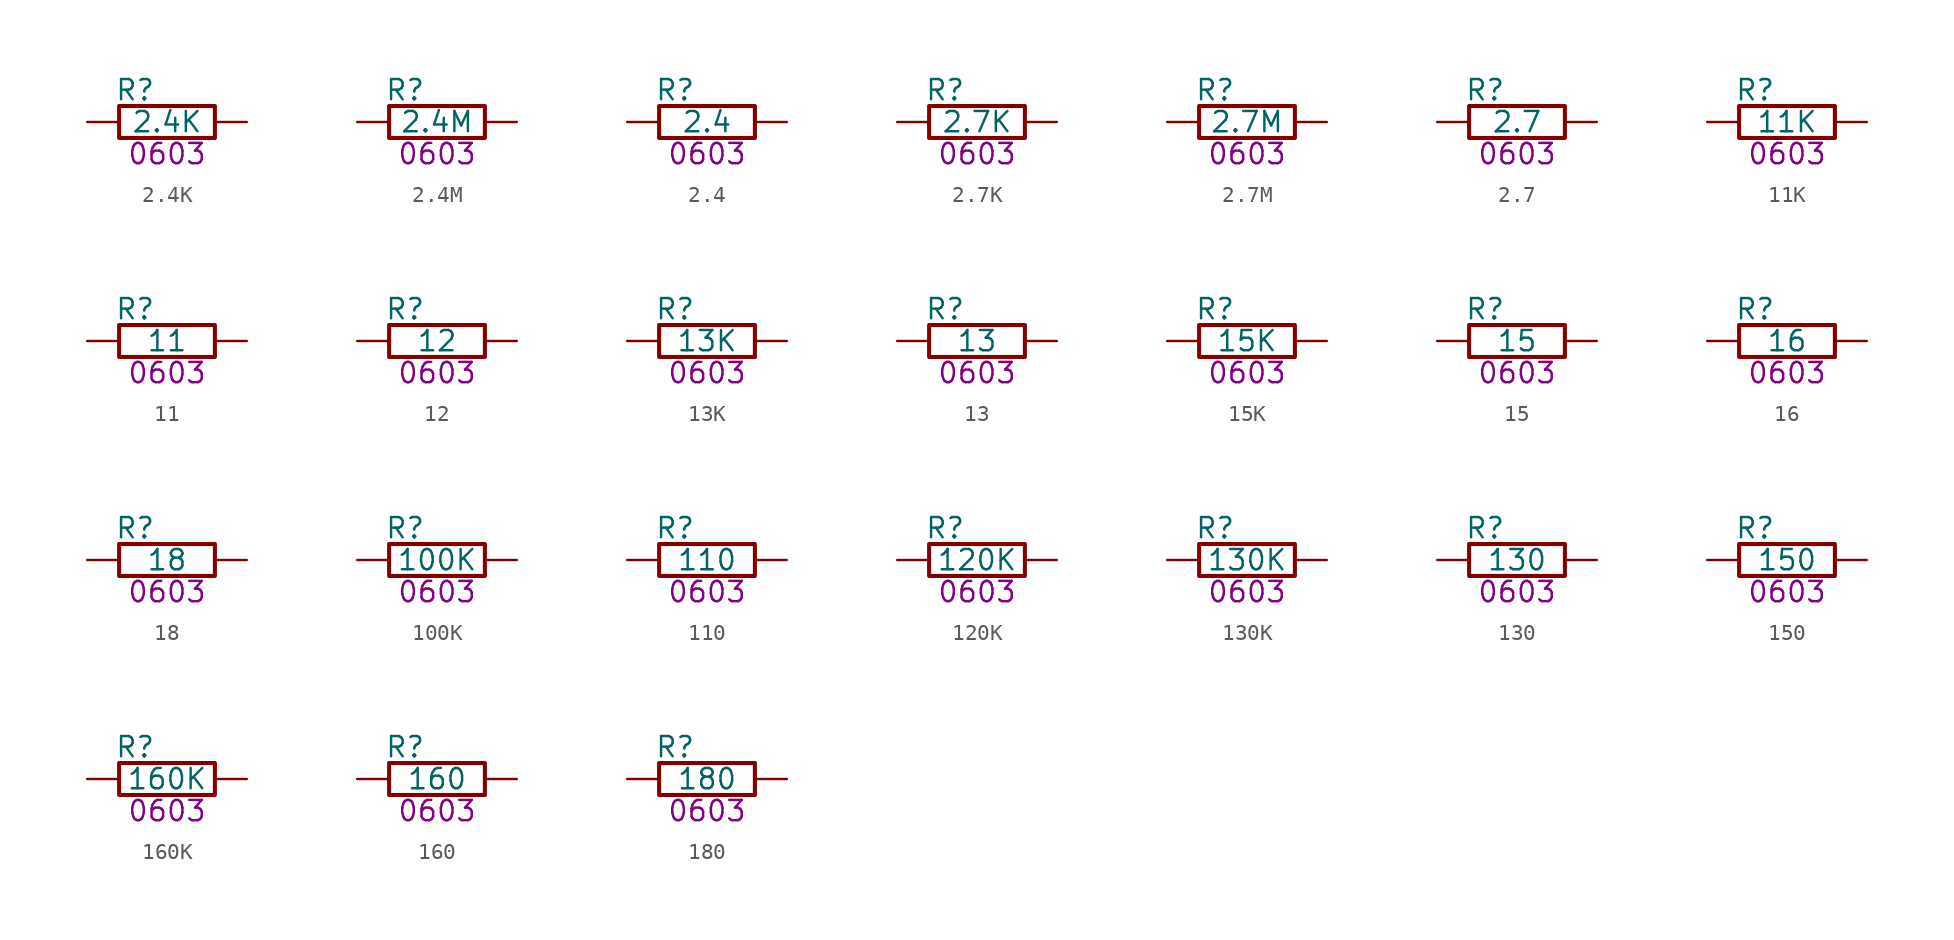
<source format=kicad_sym>
(kicad_symbol_lib
  (version 20211014)
  (generator kicad_symbol_editor)
  (symbol "2.4K"
    (pin_numbers hide)
    (pin_names hide)
    (property "Reference" "R"
      (at -2 1 0)
      (effects (font (size 1.27 1.27))))
    (property "Value" "2.4K"
      (at 0 -1 0)
      (effects (font (size 1.27 1.27))))
    (property "Size" "0603"
      (at 0 -3 0)
      (effects (font (size 1.27 1.27))))
    (symbol "2.4K_0_1"
      (rectangle (start -3 0) (end 3 -2) (stroke (width 0.254) (type default) (color 0 0 0 0)) (fill (type none))))
    (symbol "2.4K_1_1"
      (pin passive line (at -5 -1 0) (length 2) (name "~" (effects (font (size 1.27 1.27)))) (number "1" (effects (font (size 1.27 1.27)))))
      (pin passive line (at 5 -1 180) (length 2) (name "~" (effects (font (size 1.27 1.27)))) (number "2" (effects (font (size 1.27 1.27)))))))
  (symbol "2.4M"
    (pin_numbers hide)
    (pin_names hide)
    (property "Reference" "R"
      (at -2 1 0)
      (effects (font (size 1.27 1.27))))
    (property "Value" "2.4M"
      (at 0 -1 0)
      (effects (font (size 1.27 1.27))))
    (property "Size" "0603"
      (at 0 -3 0)
      (effects (font (size 1.27 1.27))))
    (symbol "2.4M_0_1"
      (rectangle (start -3 0) (end 3 -2) (stroke (width 0.254) (type default) (color 0 0 0 0)) (fill (type none))))
    (symbol "2.4M_1_1"
      (pin passive line (at -5 -1 0) (length 2) (name "~" (effects (font (size 1.27 1.27)))) (number "1" (effects (font (size 1.27 1.27)))))
      (pin passive line (at 5 -1 180) (length 2) (name "~" (effects (font (size 1.27 1.27)))) (number "2" (effects (font (size 1.27 1.27)))))))
  (symbol "2.4"
    (pin_numbers hide)
    (pin_names hide)
    (property "Reference" "R"
      (at -2 1 0)
      (effects (font (size 1.27 1.27))))
    (property "Value" "2.4"
      (at 0 -1 0)
      (effects (font (size 1.27 1.27))))
    (property "Size" "0603"
      (at 0 -3 0)
      (effects (font (size 1.27 1.27))))
    (symbol "2.4_0_1"
      (rectangle (start -3 0) (end 3 -2) (stroke (width 0.254) (type default) (color 0 0 0 0)) (fill (type none))))
    (symbol "2.4_1_1"
      (pin passive line (at -5 -1 0) (length 2) (name "~" (effects (font (size 1.27 1.27)))) (number "1" (effects (font (size 1.27 1.27)))))
      (pin passive line (at 5 -1 180) (length 2) (name "~" (effects (font (size 1.27 1.27)))) (number "2" (effects (font (size 1.27 1.27)))))))
  (symbol "2.7K"
    (pin_numbers hide)
    (pin_names hide)
    (property "Reference" "R"
      (at -2 1 0)
      (effects (font (size 1.27 1.27))))
    (property "Value" "2.7K"
      (at 0 -1 0)
      (effects (font (size 1.27 1.27))))
    (property "Size" "0603"
      (at 0 -3 0)
      (effects (font (size 1.27 1.27))))
    (symbol "2.7K_0_1"
      (rectangle (start -3 0) (end 3 -2) (stroke (width 0.254) (type default) (color 0 0 0 0)) (fill (type none))))
    (symbol "2.7K_1_1"
      (pin passive line (at -5 -1 0) (length 2) (name "~" (effects (font (size 1.27 1.27)))) (number "1" (effects (font (size 1.27 1.27)))))
      (pin passive line (at 5 -1 180) (length 2) (name "~" (effects (font (size 1.27 1.27)))) (number "2" (effects (font (size 1.27 1.27)))))))
  (symbol "2.7M"
    (pin_numbers hide)
    (pin_names hide)
    (property "Reference" "R"
      (at -2 1 0)
      (effects (font (size 1.27 1.27))))
    (property "Value" "2.7M"
      (at 0 -1 0)
      (effects (font (size 1.27 1.27))))
    (property "Size" "0603"
      (at 0 -3 0)
      (effects (font (size 1.27 1.27))))
    (symbol "2.7M_0_1"
      (rectangle (start -3 0) (end 3 -2) (stroke (width 0.254) (type default) (color 0 0 0 0)) (fill (type none))))
    (symbol "2.7M_1_1"
      (pin passive line (at -5 -1 0) (length 2) (name "~" (effects (font (size 1.27 1.27)))) (number "1" (effects (font (size 1.27 1.27)))))
      (pin passive line (at 5 -1 180) (length 2) (name "~" (effects (font (size 1.27 1.27)))) (number "2" (effects (font (size 1.27 1.27)))))))
  (symbol "2.7"
    (pin_numbers hide)
    (pin_names hide)
    (property "Reference" "R"
      (at -2 1 0)
      (effects (font (size 1.27 1.27))))
    (property "Value" "2.7"
      (at 0 -1 0)
      (effects (font (size 1.27 1.27))))
    (property "Size" "0603"
      (at 0 -3 0)
      (effects (font (size 1.27 1.27))))
    (symbol "2.7_0_1"
      (rectangle (start -3 0) (end 3 -2) (stroke (width 0.254) (type default) (color 0 0 0 0)) (fill (type none))))
    (symbol "2.7_1_1"
      (pin passive line (at -5 -1 0) (length 2) (name "~" (effects (font (size 1.27 1.27)))) (number "1" (effects (font (size 1.27 1.27)))))
      (pin passive line (at 5 -1 180) (length 2) (name "~" (effects (font (size 1.27 1.27)))) (number "2" (effects (font (size 1.27 1.27)))))))
  (symbol "11K"
    (pin_numbers hide)
    (pin_names hide)
    (property "Reference" "R"
      (at -2 1 0)
      (effects (font (size 1.27 1.27))))
    (property "Value" "11K"
      (at 0 -1 0)
      (effects (font (size 1.27 1.27))))
    (property "Size" "0603"
      (at 0 -3 0)
      (effects (font (size 1.27 1.27))))
    (symbol "11K_0_1"
      (rectangle (start -3 0) (end 3 -2) (stroke (width 0.254) (type default) (color 0 0 0 0)) (fill (type none))))
    (symbol "11K_1_1"
      (pin passive line (at -5 -1 0) (length 2) (name "~" (effects (font (size 1.27 1.27)))) (number "1" (effects (font (size 1.27 1.27)))))
      (pin passive line (at 5 -1 180) (length 2) (name "~" (effects (font (size 1.27 1.27)))) (number "2" (effects (font (size 1.27 1.27)))))))
  (symbol "11"
    (pin_numbers hide)
    (pin_names hide)
    (property "Reference" "R"
      (at -2 1 0)
      (effects (font (size 1.27 1.27))))
    (property "Value" "11"
      (at 0 -1 0)
      (effects (font (size 1.27 1.27))))
    (property "Size" "0603"
      (at 0 -3 0)
      (effects (font (size 1.27 1.27))))
    (symbol "11_0_1"
      (rectangle (start -3 0) (end 3 -2) (stroke (width 0.254) (type default) (color 0 0 0 0)) (fill (type none))))
    (symbol "11_1_1"
      (pin passive line (at -5 -1 0) (length 2) (name "~" (effects (font (size 1.27 1.27)))) (number "1" (effects (font (size 1.27 1.27)))))
      (pin passive line (at 5 -1 180) (length 2) (name "~" (effects (font (size 1.27 1.27)))) (number "2" (effects (font (size 1.27 1.27)))))))
  (symbol "12"
    (pin_numbers hide)
    (pin_names hide)
    (property "Reference" "R"
      (at -2 1 0)
      (effects (font (size 1.27 1.27))))
    (property "Value" "12"
      (at 0 -1 0)
      (effects (font (size 1.27 1.27))))
    (property "Size" "0603"
      (at 0 -3 0)
      (effects (font (size 1.27 1.27))))
    (symbol "12_0_1"
      (rectangle (start -3 0) (end 3 -2) (stroke (width 0.254) (type default) (color 0 0 0 0)) (fill (type none))))
    (symbol "12_1_1"
      (pin passive line (at -5 -1 0) (length 2) (name "~" (effects (font (size 1.27 1.27)))) (number "1" (effects (font (size 1.27 1.27)))))
      (pin passive line (at 5 -1 180) (length 2) (name "~" (effects (font (size 1.27 1.27)))) (number "2" (effects (font (size 1.27 1.27)))))))
  (symbol "13K"
    (pin_numbers hide)
    (pin_names hide)
    (property "Reference" "R"
      (at -2 1 0)
      (effects (font (size 1.27 1.27))))
    (property "Value" "13K"
      (at 0 -1 0)
      (effects (font (size 1.27 1.27))))
    (property "Size" "0603"
      (at 0 -3 0)
      (effects (font (size 1.27 1.27))))
    (symbol "13K_0_1"
      (rectangle (start -3 0) (end 3 -2) (stroke (width 0.254) (type default) (color 0 0 0 0)) (fill (type none))))
    (symbol "13K_1_1"
      (pin passive line (at -5 -1 0) (length 2) (name "~" (effects (font (size 1.27 1.27)))) (number "1" (effects (font (size 1.27 1.27)))))
      (pin passive line (at 5 -1 180) (length 2) (name "~" (effects (font (size 1.27 1.27)))) (number "2" (effects (font (size 1.27 1.27)))))))
  (symbol "13"
    (pin_numbers hide)
    (pin_names hide)
    (property "Reference" "R"
      (at -2 1 0)
      (effects (font (size 1.27 1.27))))
    (property "Value" "13"
      (at 0 -1 0)
      (effects (font (size 1.27 1.27))))
    (property "Size" "0603"
      (at 0 -3 0)
      (effects (font (size 1.27 1.27))))
    (symbol "13_0_1"
      (rectangle (start -3 0) (end 3 -2) (stroke (width 0.254) (type default) (color 0 0 0 0)) (fill (type none))))
    (symbol "13_1_1"
      (pin passive line (at -5 -1 0) (length 2) (name "~" (effects (font (size 1.27 1.27)))) (number "1" (effects (font (size 1.27 1.27)))))
      (pin passive line (at 5 -1 180) (length 2) (name "~" (effects (font (size 1.27 1.27)))) (number "2" (effects (font (size 1.27 1.27)))))))
  (symbol "15K"
    (pin_numbers hide)
    (pin_names hide)
    (property "Reference" "R"
      (at -2 1 0)
      (effects (font (size 1.27 1.27))))
    (property "Value" "15K"
      (at 0 -1 0)
      (effects (font (size 1.27 1.27))))
    (property "Size" "0603"
      (at 0 -3 0)
      (effects (font (size 1.27 1.27))))
    (symbol "15K_0_1"
      (rectangle (start -3 0) (end 3 -2) (stroke (width 0.254) (type default) (color 0 0 0 0)) (fill (type none))))
    (symbol "15K_1_1"
      (pin passive line (at -5 -1 0) (length 2) (name "~" (effects (font (size 1.27 1.27)))) (number "1" (effects (font (size 1.27 1.27)))))
      (pin passive line (at 5 -1 180) (length 2) (name "~" (effects (font (size 1.27 1.27)))) (number "2" (effects (font (size 1.27 1.27)))))))
  (symbol "15"
    (pin_numbers hide)
    (pin_names hide)
    (property "Reference" "R"
      (at -2 1 0)
      (effects (font (size 1.27 1.27))))
    (property "Value" "15"
      (at 0 -1 0)
      (effects (font (size 1.27 1.27))))
    (property "Size" "0603"
      (at 0 -3 0)
      (effects (font (size 1.27 1.27))))
    (symbol "15_0_1"
      (rectangle (start -3 0) (end 3 -2) (stroke (width 0.254) (type default) (color 0 0 0 0)) (fill (type none))))
    (symbol "15_1_1"
      (pin passive line (at -5 -1 0) (length 2) (name "~" (effects (font (size 1.27 1.27)))) (number "1" (effects (font (size 1.27 1.27)))))
      (pin passive line (at 5 -1 180) (length 2) (name "~" (effects (font (size 1.27 1.27)))) (number "2" (effects (font (size 1.27 1.27)))))))
  (symbol "16"
    (pin_numbers hide)
    (pin_names hide)
    (property "Reference" "R"
      (at -2 1 0)
      (effects (font (size 1.27 1.27))))
    (property "Value" "16"
      (at 0 -1 0)
      (effects (font (size 1.27 1.27))))
    (property "Size" "0603"
      (at 0 -3 0)
      (effects (font (size 1.27 1.27))))
    (symbol "16_0_1"
      (rectangle (start -3 0) (end 3 -2) (stroke (width 0.254) (type default) (color 0 0 0 0)) (fill (type none))))
    (symbol "16_1_1"
      (pin passive line (at -5 -1 0) (length 2) (name "~" (effects (font (size 1.27 1.27)))) (number "1" (effects (font (size 1.27 1.27)))))
      (pin passive line (at 5 -1 180) (length 2) (name "~" (effects (font (size 1.27 1.27)))) (number "2" (effects (font (size 1.27 1.27)))))))
  (symbol "18"
    (pin_numbers hide)
    (pin_names hide)
    (property "Reference" "R"
      (at -2 1 0)
      (effects (font (size 1.27 1.27))))
    (property "Value" "18"
      (at 0 -1 0)
      (effects (font (size 1.27 1.27))))
    (property "Size" "0603"
      (at 0 -3 0)
      (effects (font (size 1.27 1.27))))
    (symbol "18_0_1"
      (rectangle (start -3 0) (end 3 -2) (stroke (width 0.254) (type default) (color 0 0 0 0)) (fill (type none))))
    (symbol "18_1_1"
      (pin passive line (at -5 -1 0) (length 2) (name "~" (effects (font (size 1.27 1.27)))) (number "1" (effects (font (size 1.27 1.27)))))
      (pin passive line (at 5 -1 180) (length 2) (name "~" (effects (font (size 1.27 1.27)))) (number "2" (effects (font (size 1.27 1.27)))))))
  (symbol "100K"
    (pin_numbers hide)
    (pin_names hide)
    (property "Reference" "R"
      (at -2 1 0)
      (effects (font (size 1.27 1.27))))
    (property "Value" "100K"
      (at 0 -1 0)
      (effects (font (size 1.27 1.27))))
    (property "Size" "0603"
      (at 0 -3 0)
      (effects (font (size 1.27 1.27))))
    (symbol "100K_0_1"
      (rectangle (start -3 0) (end 3 -2) (stroke (width 0.254) (type default) (color 0 0 0 0)) (fill (type none))))
    (symbol "100K_1_1"
      (pin passive line (at -5 -1 0) (length 2) (name "~" (effects (font (size 1.27 1.27)))) (number "1" (effects (font (size 1.27 1.27)))))
      (pin passive line (at 5 -1 180) (length 2) (name "~" (effects (font (size 1.27 1.27)))) (number "2" (effects (font (size 1.27 1.27)))))))
  (symbol "110"
    (pin_numbers hide)
    (pin_names hide)
    (property "Reference" "R"
      (at -2 1 0)
      (effects (font (size 1.27 1.27))))
    (property "Value" "110"
      (at 0 -1 0)
      (effects (font (size 1.27 1.27))))
    (property "Size" "0603"
      (at 0 -3 0)
      (effects (font (size 1.27 1.27))))
    (symbol "110_0_1"
      (rectangle (start -3 0) (end 3 -2) (stroke (width 0.254) (type default) (color 0 0 0 0)) (fill (type none))))
    (symbol "110_1_1"
      (pin passive line (at -5 -1 0) (length 2) (name "~" (effects (font (size 1.27 1.27)))) (number "1" (effects (font (size 1.27 1.27)))))
      (pin passive line (at 5 -1 180) (length 2) (name "~" (effects (font (size 1.27 1.27)))) (number "2" (effects (font (size 1.27 1.27)))))))
  (symbol "120K"
    (pin_numbers hide)
    (pin_names hide)
    (property "Reference" "R"
      (at -2 1 0)
      (effects (font (size 1.27 1.27))))
    (property "Value" "120K"
      (at 0 -1 0)
      (effects (font (size 1.27 1.27))))
    (property "Size" "0603"
      (at 0 -3 0)
      (effects (font (size 1.27 1.27))))
    (symbol "120K_0_1"
      (rectangle (start -3 0) (end 3 -2) (stroke (width 0.254) (type default) (color 0 0 0 0)) (fill (type none))))
    (symbol "120K_1_1"
      (pin passive line (at -5 -1 0) (length 2) (name "~" (effects (font (size 1.27 1.27)))) (number "1" (effects (font (size 1.27 1.27)))))
      (pin passive line (at 5 -1 180) (length 2) (name "~" (effects (font (size 1.27 1.27)))) (number "2" (effects (font (size 1.27 1.27)))))))
  (symbol "130K"
    (pin_numbers hide)
    (pin_names hide)
    (property "Reference" "R"
      (at -2 1 0)
      (effects (font (size 1.27 1.27))))
    (property "Value" "130K"
      (at 0 -1 0)
      (effects (font (size 1.27 1.27))))
    (property "Size" "0603"
      (at 0 -3 0)
      (effects (font (size 1.27 1.27))))
    (symbol "130K_0_1"
      (rectangle (start -3 0) (end 3 -2) (stroke (width 0.254) (type default) (color 0 0 0 0)) (fill (type none))))
    (symbol "130K_1_1"
      (pin passive line (at -5 -1 0) (length 2) (name "~" (effects (font (size 1.27 1.27)))) (number "1" (effects (font (size 1.27 1.27)))))
      (pin passive line (at 5 -1 180) (length 2) (name "~" (effects (font (size 1.27 1.27)))) (number "2" (effects (font (size 1.27 1.27)))))))
  (symbol "130"
    (pin_numbers hide)
    (pin_names hide)
    (property "Reference" "R"
      (at -2 1 0)
      (effects (font (size 1.27 1.27))))
    (property "Value" "130"
      (at 0 -1 0)
      (effects (font (size 1.27 1.27))))
    (property "Size" "0603"
      (at 0 -3 0)
      (effects (font (size 1.27 1.27))))
    (symbol "130_0_1"
      (rectangle (start -3 0) (end 3 -2) (stroke (width 0.254) (type default) (color 0 0 0 0)) (fill (type none))))
    (symbol "130_1_1"
      (pin passive line (at -5 -1 0) (length 2) (name "~" (effects (font (size 1.27 1.27)))) (number "1" (effects (font (size 1.27 1.27)))))
      (pin passive line (at 5 -1 180) (length 2) (name "~" (effects (font (size 1.27 1.27)))) (number "2" (effects (font (size 1.27 1.27)))))))
  (symbol "150"
    (pin_numbers hide)
    (pin_names hide)
    (property "Reference" "R"
      (at -2 1 0)
      (effects (font (size 1.27 1.27))))
    (property "Value" "150"
      (at 0 -1 0)
      (effects (font (size 1.27 1.27))))
    (property "Size" "0603"
      (at 0 -3 0)
      (effects (font (size 1.27 1.27))))
    (symbol "150_0_1"
      (rectangle (start -3 0) (end 3 -2) (stroke (width 0.254) (type default) (color 0 0 0 0)) (fill (type none))))
    (symbol "150_1_1"
      (pin passive line (at -5 -1 0) (length 2) (name "~" (effects (font (size 1.27 1.27)))) (number "1" (effects (font (size 1.27 1.27)))))
      (pin passive line (at 5 -1 180) (length 2) (name "~" (effects (font (size 1.27 1.27)))) (number "2" (effects (font (size 1.27 1.27)))))))
  (symbol "160K"
    (pin_numbers hide)
    (pin_names hide)
    (property "Reference" "R"
      (at -2 1 0)
      (effects (font (size 1.27 1.27))))
    (property "Value" "160K"
      (at 0 -1 0)
      (effects (font (size 1.27 1.27))))
    (property "Size" "0603"
      (at 0 -3 0)
      (effects (font (size 1.27 1.27))))
    (symbol "160K_0_1"
      (rectangle (start -3 0) (end 3 -2) (stroke (width 0.254) (type default) (color 0 0 0 0)) (fill (type none))))
    (symbol "160K_1_1"
      (pin passive line (at -5 -1 0) (length 2) (name "~" (effects (font (size 1.27 1.27)))) (number "1" (effects (font (size 1.27 1.27)))))
      (pin passive line (at 5 -1 180) (length 2) (name "~" (effects (font (size 1.27 1.27)))) (number "2" (effects (font (size 1.27 1.27)))))))
  (symbol "160"
    (pin_numbers hide)
    (pin_names hide)
    (property "Reference" "R"
      (at -2 1 0)
      (effects (font (size 1.27 1.27))))
    (property "Value" "160"
      (at 0 -1 0)
      (effects (font (size 1.27 1.27))))
    (property "Size" "0603"
      (at 0 -3 0)
      (effects (font (size 1.27 1.27))))
    (symbol "160_0_1"
      (rectangle (start -3 0) (end 3 -2) (stroke (width 0.254) (type default) (color 0 0 0 0)) (fill (type none))))
    (symbol "160_1_1"
      (pin passive line (at -5 -1 0) (length 2) (name "~" (effects (font (size 1.27 1.27)))) (number "1" (effects (font (size 1.27 1.27)))))
      (pin passive line (at 5 -1 180) (length 2) (name "~" (effects (font (size 1.27 1.27)))) (number "2" (effects (font (size 1.27 1.27)))))))
  (symbol "180"
    (pin_numbers hide)
    (pin_names hide)
    (property "Reference" "R"
      (at -2 1 0)
      (effects (font (size 1.27 1.27))))
    (property "Value" "180"
      (at 0 -1 0)
      (effects (font (size 1.27 1.27))))
    (property "Size" "0603"
      (at 0 -3 0)
      (effects (font (size 1.27 1.27))))
    (symbol "180_0_1"
      (rectangle (start -3 0) (end 3 -2) (stroke (width 0.254) (type default) (color 0 0 0 0)) (fill (type none))))
    (symbol "180_1_1"
      (pin passive line (at -5 -1 0) (length 2) (name "~" (effects (font (size 1.27 1.27)))) (number "1" (effects (font (size 1.27 1.27)))))
      (pin passive line (at 5 -1 180) (length 2) (name "~" (effects (font (size 1.27 1.27)))) (number "2" (effects (font (size 1.27 1.27))))))))
</source>
